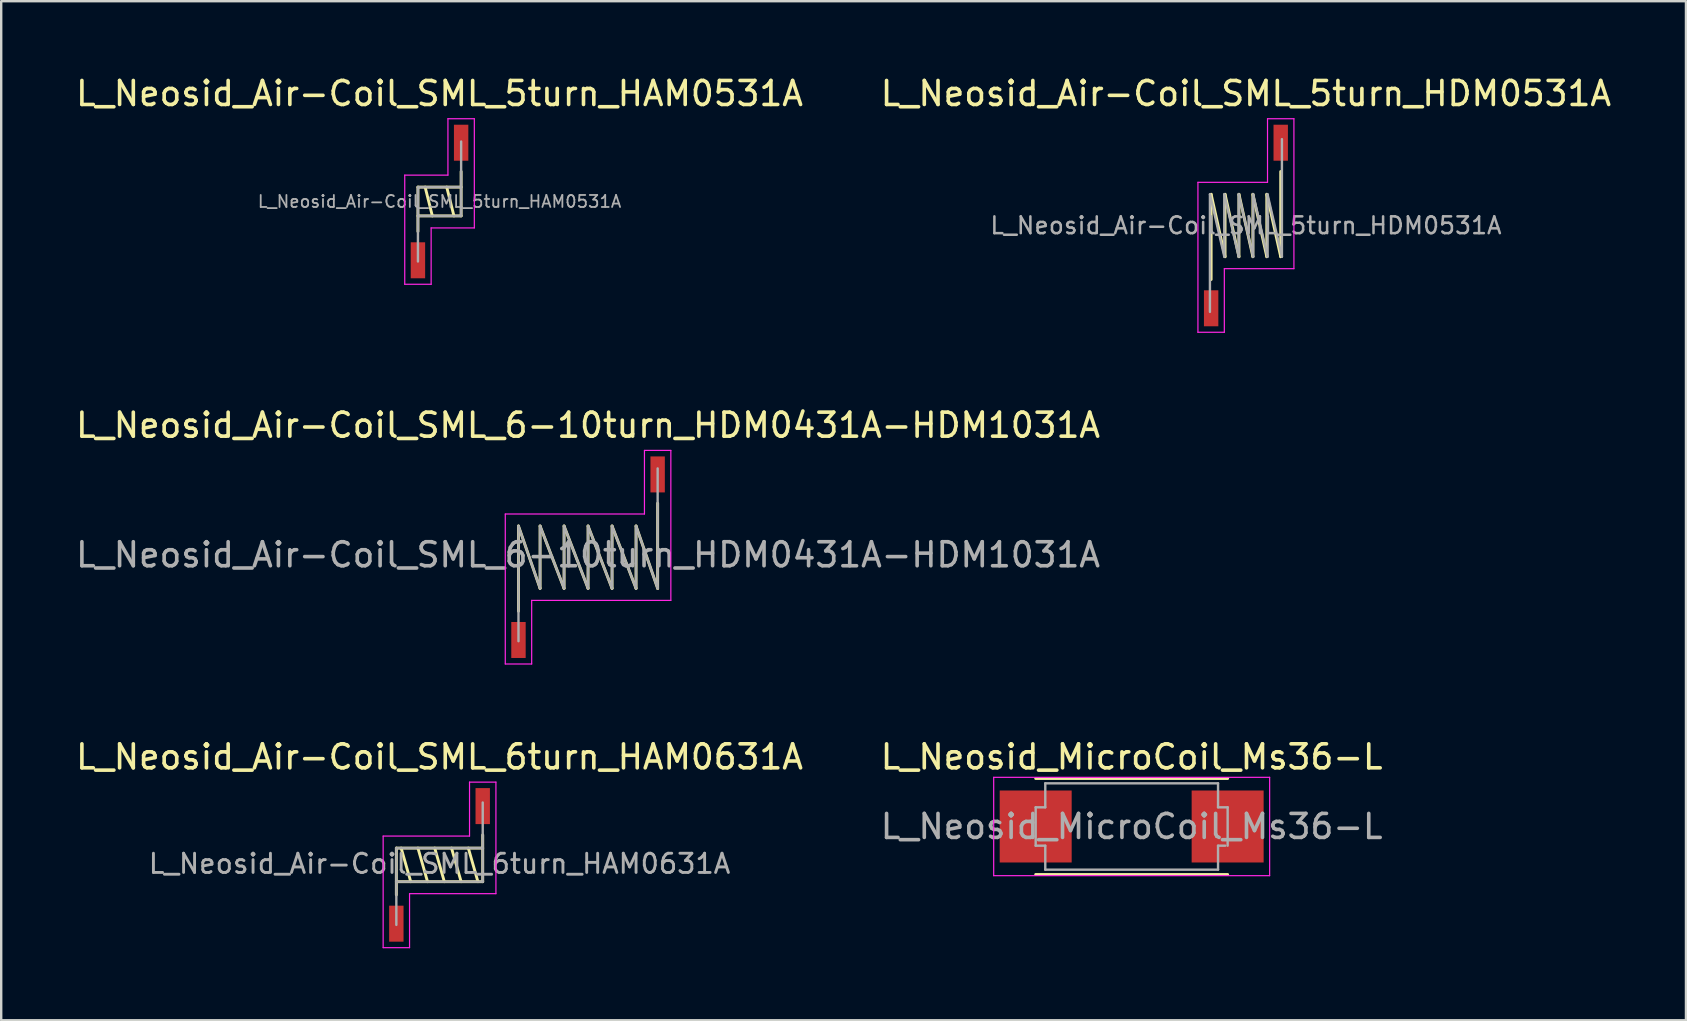
<source format=kicad_pcb>
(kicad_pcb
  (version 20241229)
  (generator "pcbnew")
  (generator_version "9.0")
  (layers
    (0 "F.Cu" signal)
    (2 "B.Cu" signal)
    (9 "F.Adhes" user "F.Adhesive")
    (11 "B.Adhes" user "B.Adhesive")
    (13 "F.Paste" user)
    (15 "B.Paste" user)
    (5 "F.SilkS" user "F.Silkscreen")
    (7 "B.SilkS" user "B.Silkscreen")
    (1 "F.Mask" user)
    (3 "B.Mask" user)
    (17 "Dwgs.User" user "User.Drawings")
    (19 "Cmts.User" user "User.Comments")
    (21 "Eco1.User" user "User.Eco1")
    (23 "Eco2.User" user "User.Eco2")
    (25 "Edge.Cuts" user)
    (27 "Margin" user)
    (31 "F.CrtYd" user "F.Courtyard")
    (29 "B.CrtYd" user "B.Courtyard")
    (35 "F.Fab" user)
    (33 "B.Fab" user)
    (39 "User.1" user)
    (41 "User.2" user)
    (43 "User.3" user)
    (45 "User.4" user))
  (footprint "L_Neosid_MicroCoil_Ms36-L"
    (layer "F.Cu")
    (at 44.113 31.395)
    (property "Reference" "L_Neosid_MicroCoil_Ms36-L" (at 0 -2.9 0) (layer "F.SilkS") (effects (font (size 1 1) (thickness 0.15))))
    (attr smd)
    (fp_line (start 4 -2) (end -4 -2) (stroke (width 0.12) (type solid)) (layer "F.SilkS"))
    (fp_line (start 4 2) (end -4 2) (stroke (width 0.12) (type solid)) (layer "F.SilkS"))
    (fp_line (start -5.75 -2.05) (end -5.75 2.05) (stroke (width 0.05) (type solid)) (layer "F.CrtYd"))
    (fp_line (start -5.75 -2.05) (end 5.75 -2.05) (stroke (width 0.05) (type solid)) (layer "F.CrtYd"))
    (fp_line (start 5.75 2.05) (end -5.75 2.05) (stroke (width 0.05) (type solid)) (layer "F.CrtYd"))
    (fp_line (start 5.75 2.05) (end 5.75 -2.05) (stroke (width 0.05) (type solid)) (layer "F.CrtYd"))
    (fp_line (start -4 -0.8) (end -3.6 -0.8) (stroke (width 0.1) (type solid)) (layer "F.Fab"))
    (fp_line (start -4 0.8) (end -4 -0.8) (stroke (width 0.1) (type solid)) (layer "F.Fab"))
    (fp_line (start -4 0.8) (end -3.6 0.8) (stroke (width 0.1) (type solid)) (layer "F.Fab"))
    (fp_line (start -3.6 -1.8) (end 3.6 -1.8) (stroke (width 0.1) (type solid)) (layer "F.Fab"))
    (fp_line (start -3.6 -0.8) (end -3.6 -1.8) (stroke (width 0.1) (type solid)) (layer "F.Fab"))
    (fp_line (start -3.6 1.8) (end -3.6 0.8) (stroke (width 0.1) (type solid)) (layer "F.Fab"))
    (fp_line (start 3.6 -0.8) (end 3.6 -1.8) (stroke (width 0.1) (type solid)) (layer "F.Fab"))
    (fp_line (start 3.6 0.8) (end 3.9 0.8) (stroke (width 0.1) (type solid)) (layer "F.Fab"))
    (fp_line (start 3.6 1.8) (end -3.6 1.8) (stroke (width 0.1) (type solid)) (layer "F.Fab"))
    (fp_line (start 3.6 1.8) (end 3.6 0.8) (stroke (width 0.1) (type solid)) (layer "F.Fab"))
    (fp_line (start 4 -0.8) (end 3.6 -0.8) (stroke (width 0.1) (type solid)) (layer "F.Fab"))
    (fp_line (start 4 -0.8) (end 4 0.8) (stroke (width 0.1) (type solid)) (layer "F.Fab"))
    (fp_text user "${REFERENCE}" (at 0 0 0) (layer "F.Fab") (effects (font (size 1 1) (thickness 0.15))))
    (pad "1" smd rect (at -4 0) (size 3 3) (layers "F.Cu" "F.Mask" "F.Paste"))
    (pad "2" smd rect (at 4 0) (size 3 3) (layers "F.Cu" "F.Mask" "F.Paste")))
  (footprint "L_Neosid_Air-Coil_SML_5turn_HAM0531A"
    (layer "F.Cu")
    (at 15.268 5.348)
    (property "Reference" "L_Neosid_Air-Coil_SML_5turn_HAM0531A" (at 0 -4.5 0) (layer "F.SilkS") (effects (font (size 1 1) (thickness 0.15))))
    (attr smd)
    (fp_line (start -0.9 -0.6) (end 0.9 -0.6) (stroke (width 0.12) (type solid)) (layer "F.SilkS"))
    (fp_line (start -0.9 1.25) (end -0.9 -0.6) (stroke (width 0.12) (type solid)) (layer "F.SilkS"))
    (fp_line (start -0.6 -0.6) (end -0.3 0.6) (stroke (width 0.12) (type solid)) (layer "F.SilkS"))
    (fp_line (start 0.3 -0.6) (end 0.6 0.6) (stroke (width 0.12) (type solid)) (layer "F.SilkS"))
    (fp_line (start 0.9 0.6) (end -0.9 0.6) (stroke (width 0.12) (type solid)) (layer "F.SilkS"))
    (fp_line (start 0.9 0.6) (end 0.9 -1.25) (stroke (width 0.12) (type solid)) (layer "F.SilkS"))
    (fp_line (start -1.45 -1.1) (end -1.45 3.45) (stroke (width 0.05) (type solid)) (layer "F.CrtYd"))
    (fp_line (start -1.45 3.45) (end -0.35 3.45) (stroke (width 0.05) (type solid)) (layer "F.CrtYd"))
    (fp_line (start -0.35 1.1) (end 1.45 1.1) (stroke (width 0.05) (type solid)) (layer "F.CrtYd"))
    (fp_line (start -0.35 3.45) (end -0.35 1.1) (stroke (width 0.05) (type solid)) (layer "F.CrtYd"))
    (fp_line (start 0.35 -3.45) (end 0.35 -1.1) (stroke (width 0.05) (type solid)) (layer "F.CrtYd"))
    (fp_line (start 0.35 -1.1) (end -1.45 -1.1) (stroke (width 0.05) (type solid)) (layer "F.CrtYd"))
    (fp_line (start 1.45 -3.45) (end 0.35 -3.45) (stroke (width 0.05) (type solid)) (layer "F.CrtYd"))
    (fp_line (start 1.45 1.1) (end 1.45 -3.45) (stroke (width 0.05) (type solid)) (layer "F.CrtYd"))
    (fp_line (start -0.9 -0.6) (end 0.9 -0.6) (stroke (width 0.1) (type solid)) (layer "F.Fab"))
    (fp_line (start -0.9 2.5) (end -0.9 -0.6) (stroke (width 0.1) (type solid)) (layer "F.Fab"))
    (fp_line (start 0.9 -2.5) (end 0.9 0.6) (stroke (width 0.1) (type solid)) (layer "F.Fab"))
    (fp_line (start 0.9 0.6) (end -0.9 0.6) (stroke (width 0.1) (type solid)) (layer "F.Fab"))
    (fp_text user "${REFERENCE}" (at 0 0 0) (layer "F.Fab") (effects (font (size 0.5 0.5) (thickness 0.075))))
    (pad "1" smd rect (at -0.9 2.45) (size 0.6 1.5) (layers "F.Cu" "F.Mask" "F.Paste"))
    (pad "2" smd rect (at 0.9 -2.45) (size 0.6 1.5) (layers "F.Cu" "F.Mask" "F.Paste")))
  (footprint "L_Neosid_Air-Coil_SML_6turn_HAM0631A"
    (layer "F.Cu")
    (at 15.268 32.995)
    (property "Reference" "L_Neosid_Air-Coil_SML_6turn_HAM0631A" (at 0 -4.5 0) (layer "F.SilkS") (effects (font (size 1 1) (thickness 0.15))))
    (attr smd)
    (fp_line (start -1.8 -0.7) (end -1.8 1.25) (stroke (width 0.12) (type solid)) (layer "F.SilkS"))
    (fp_line (start -1.8 -0.7) (end 1.8 -0.7) (stroke (width 0.12) (type solid)) (layer "F.SilkS"))
    (fp_line (start -1.6 -0.7) (end -1.2 0.7) (stroke (width 0.12) (type solid)) (layer "F.SilkS"))
    (fp_line (start -0.9 -0.7) (end -0.5 0.7) (stroke (width 0.12) (type solid)) (layer "F.SilkS"))
    (fp_line (start -0.2 -0.7) (end 0.2 0.7) (stroke (width 0.12) (type solid)) (layer "F.SilkS"))
    (fp_line (start 0.5 -0.7) (end 0.9 0.7) (stroke (width 0.12) (type solid)) (layer "F.SilkS"))
    (fp_line (start 1.2 -0.7) (end 1.6 0.7) (stroke (width 0.12) (type solid)) (layer "F.SilkS"))
    (fp_line (start 1.8 0.7) (end -1.8 0.7) (stroke (width 0.12) (type solid)) (layer "F.SilkS"))
    (fp_line (start 1.8 0.7) (end 1.8 -1.25) (stroke (width 0.12) (type solid)) (layer "F.SilkS"))
    (fp_line (start -2.35 -1.2) (end -2.35 3.45) (stroke (width 0.05) (type solid)) (layer "F.CrtYd"))
    (fp_line (start -2.35 3.45) (end -1.25 3.45) (stroke (width 0.05) (type solid)) (layer "F.CrtYd"))
    (fp_line (start -1.25 1.2) (end 2.35 1.2) (stroke (width 0.05) (type solid)) (layer "F.CrtYd"))
    (fp_line (start -1.25 3.45) (end -1.25 1.2) (stroke (width 0.05) (type solid)) (layer "F.CrtYd"))
    (fp_line (start 1.25 -3.45) (end 1.25 -1.2) (stroke (width 0.05) (type solid)) (layer "F.CrtYd"))
    (fp_line (start 1.25 -1.2) (end -2.35 -1.2) (stroke (width 0.05) (type solid)) (layer "F.CrtYd"))
    (fp_line (start 2.35 -3.45) (end 1.25 -3.45) (stroke (width 0.05) (type solid)) (layer "F.CrtYd"))
    (fp_line (start 2.35 1.2) (end 2.35 -3.45) (stroke (width 0.05) (type solid)) (layer "F.CrtYd"))
    (fp_line (start -1.8 -0.7) (end 1.8 -0.7) (stroke (width 0.1) (type solid)) (layer "F.Fab"))
    (fp_line (start -1.8 0.7) (end 1.8 0.7) (stroke (width 0.1) (type solid)) (layer "F.Fab"))
    (fp_line (start -1.8 2.5) (end -1.8 -0.7) (stroke (width 0.1) (type solid)) (layer "F.Fab"))
    (fp_line (start 1.8 0.7) (end 1.8 -2.6) (stroke (width 0.1) (type solid)) (layer "F.Fab"))
    (fp_text user "${REFERENCE}" (at 0 -0.05 0) (layer "F.Fab") (effects (font (size 0.8 0.8) (thickness 0.12))))
    (pad "1" smd rect (at -1.8 2.45) (size 0.6 1.5) (layers "F.Cu" "F.Mask" "F.Paste"))
    (pad "2" smd rect (at 1.8 -2.45) (size 0.6 1.5) (layers "F.Cu" "F.Mask" "F.Paste")))
  (footprint "L_Neosid_Air-Coil_SML_6-10turn_HDM0431A-HDM1031A"
    (layer "F.Cu")
    (at 21.458 20.172)
    (property "Reference" "L_Neosid_Air-Coil_SML_6-10turn_HDM0431A-HDM1031A" (at 0 -5.5 0) (layer "F.SilkS") (effects (font (size 1 1) (thickness 0.15))))
    (attr smd)
    (fp_line (start -2.9 -1.3) (end -2.9 2.25) (stroke (width 0.12) (type solid)) (layer "F.SilkS"))
    (fp_line (start -2.9 -1.3) (end -2 1.3) (stroke (width 0.12) (type solid)) (layer "F.SilkS"))
    (fp_line (start -2 -1.3) (end -2 1.3) (stroke (width 0.12) (type solid)) (layer "F.SilkS"))
    (fp_line (start -2 -1.3) (end -1 1.3) (stroke (width 0.12) (type solid)) (layer "F.SilkS"))
    (fp_line (start -1 -1.3) (end -1 1.3) (stroke (width 0.12) (type solid)) (layer "F.SilkS"))
    (fp_line (start -1 -1.3) (end 0 1.3) (stroke (width 0.12) (type solid)) (layer "F.SilkS"))
    (fp_line (start 0 -1.3) (end 0 1.3) (stroke (width 0.12) (type solid)) (layer "F.SilkS"))
    (fp_line (start 0 -1.3) (end 1 1.3) (stroke (width 0.12) (type solid)) (layer "F.SilkS"))
    (fp_line (start 1 -1.3) (end 1 1.3) (stroke (width 0.12) (type solid)) (layer "F.SilkS"))
    (fp_line (start 1 -1.3) (end 2 1.3) (stroke (width 0.12) (type solid)) (layer "F.SilkS"))
    (fp_line (start 2 -1.3) (end 2 1.3) (stroke (width 0.12) (type solid)) (layer "F.SilkS"))
    (fp_line (start 2 -1.3) (end 2.9 1.3) (stroke (width 0.12) (type solid)) (layer "F.SilkS"))
    (fp_line (start 2.9 1.3) (end 2.9 -2.25) (stroke (width 0.12) (type solid)) (layer "F.SilkS"))
    (fp_line (start -3.45 -1.8) (end -3.45 4.45) (stroke (width 0.05) (type solid)) (layer "F.CrtYd"))
    (fp_line (start -3.45 4.45) (end -2.35 4.45) (stroke (width 0.05) (type solid)) (layer "F.CrtYd"))
    (fp_line (start -2.35 1.8) (end 3.45 1.8) (stroke (width 0.05) (type solid)) (layer "F.CrtYd"))
    (fp_line (start -2.35 4.45) (end -2.35 1.8) (stroke (width 0.05) (type solid)) (layer "F.CrtYd"))
    (fp_line (start 2.35 -4.45) (end 2.35 -1.8) (stroke (width 0.05) (type solid)) (layer "F.CrtYd"))
    (fp_line (start 2.35 -1.8) (end -3.45 -1.8) (stroke (width 0.05) (type solid)) (layer "F.CrtYd"))
    (fp_line (start 3.45 -4.45) (end 2.35 -4.45) (stroke (width 0.05) (type solid)) (layer "F.CrtYd"))
    (fp_line (start 3.45 1.8) (end 3.45 -4.45) (stroke (width 0.05) (type solid)) (layer "F.CrtYd"))
    (fp_line (start -2.9 -1.3) (end -2 1.3) (stroke (width 0.1) (type solid)) (layer "F.Fab"))
    (fp_line (start -2.9 3.5) (end -2.9 -1.3) (stroke (width 0.1) (type solid)) (layer "F.Fab"))
    (fp_line (start -2 -1.3) (end -1 1.3) (stroke (width 0.1) (type solid)) (layer "F.Fab"))
    (fp_line (start -2 1.3) (end -2 -1.3) (stroke (width 0.1) (type solid)) (layer "F.Fab"))
    (fp_line (start -1 -1.3) (end 0 1.3) (stroke (width 0.1) (type solid)) (layer "F.Fab"))
    (fp_line (start -1 1.3) (end -1 -1.3) (stroke (width 0.1) (type solid)) (layer "F.Fab"))
    (fp_line (start 0 -1.3) (end 1 1.3) (stroke (width 0.1) (type solid)) (layer "F.Fab"))
    (fp_line (start 0 1.3) (end 0 -1.3) (stroke (width 0.1) (type solid)) (layer "F.Fab"))
    (fp_line (start 1 -1.3) (end 2 1.3) (stroke (width 0.1) (type solid)) (layer "F.Fab"))
    (fp_line (start 1 1.3) (end 1 -1.3) (stroke (width 0.1) (type solid)) (layer "F.Fab"))
    (fp_line (start 2 -1.3) (end 2.9 1.3) (stroke (width 0.1) (type solid)) (layer "F.Fab"))
    (fp_line (start 2 1.3) (end 2 -1.3) (stroke (width 0.1) (type solid)) (layer "F.Fab"))
    (fp_line (start 2.9 1.3) (end 2.9 -3.7) (stroke (width 0.1) (type solid)) (layer "F.Fab"))
    (fp_text user "${REFERENCE}" (at 0 -0.1 0) (layer "F.Fab") (effects (font (size 1 1) (thickness 0.15))))
    (pad "1" smd rect (at -2.9 3.45) (size 0.6 1.5) (layers "F.Cu" "F.Mask" "F.Paste"))
    (pad "2" smd rect (at 2.9 -3.45) (size 0.6 1.5) (layers "F.Cu" "F.Mask" "F.Paste")))
  (footprint "L_Neosid_Air-Coil_SML_5turn_HDM0531A"
    (layer "F.Cu")
    (at 48.875 6.348)
    (property "Reference" "L_Neosid_Air-Coil_SML_5turn_HDM0531A" (at 0 -5.5 0) (layer "F.SilkS") (effects (font (size 1 1) (thickness 0.15))))
    (attr smd)
    (fp_line (start -1.45 -1.3) (end -1.45 2.25) (stroke (width 0.12) (type solid)) (layer "F.SilkS"))
    (fp_line (start -1.45 -1.3) (end -0.87 1.3) (stroke (width 0.12) (type solid)) (layer "F.SilkS"))
    (fp_line (start -0.87 -1.3) (end -0.87 1.3) (stroke (width 0.12) (type solid)) (layer "F.SilkS"))
    (fp_line (start -0.87 -1.3) (end -0.29 1.3) (stroke (width 0.12) (type solid)) (layer "F.SilkS"))
    (fp_line (start -0.29 -1.3) (end -0.29 1.3) (stroke (width 0.12) (type solid)) (layer "F.SilkS"))
    (fp_line (start -0.29 -1.3) (end 0.29 1.3) (stroke (width 0.12) (type solid)) (layer "F.SilkS"))
    (fp_line (start 0.29 -1.3) (end 0.29 1.3) (stroke (width 0.12) (type solid)) (layer "F.SilkS"))
    (fp_line (start 0.29 -1.3) (end 0.87 1.3) (stroke (width 0.12) (type solid)) (layer "F.SilkS"))
    (fp_line (start 0.87 -1.3) (end 0.87 1.3) (stroke (width 0.12) (type solid)) (layer "F.SilkS"))
    (fp_line (start 0.87 -1.3) (end 1.45 1.3) (stroke (width 0.12) (type solid)) (layer "F.SilkS"))
    (fp_line (start 1.45 1.3) (end 1.45 -2.25) (stroke (width 0.12) (type solid)) (layer "F.SilkS"))
    (fp_line (start -2 -1.8) (end -2 4.45) (stroke (width 0.05) (type solid)) (layer "F.CrtYd"))
    (fp_line (start -2 4.45) (end -0.9 4.45) (stroke (width 0.05) (type solid)) (layer "F.CrtYd"))
    (fp_line (start -0.9 1.8) (end 2 1.8) (stroke (width 0.05) (type solid)) (layer "F.CrtYd"))
    (fp_line (start -0.9 4.45) (end -0.9 1.8) (stroke (width 0.05) (type solid)) (layer "F.CrtYd"))
    (fp_line (start 0.9 -4.45) (end 0.9 -1.8) (stroke (width 0.05) (type solid)) (layer "F.CrtYd"))
    (fp_line (start 0.9 -1.8) (end -2 -1.8) (stroke (width 0.05) (type solid)) (layer "F.CrtYd"))
    (fp_line (start 2 -4.45) (end 0.9 -4.45) (stroke (width 0.05) (type solid)) (layer "F.CrtYd"))
    (fp_line (start 2 1.8) (end 2 -4.45) (stroke (width 0.05) (type solid)) (layer "F.CrtYd"))
    (fp_line (start -1.5 -1.3) (end -0.9 1.3) (stroke (width 0.1) (type solid)) (layer "F.Fab"))
    (fp_line (start -1.5 3.6) (end -1.5 -1.3) (stroke (width 0.1) (type solid)) (layer "F.Fab"))
    (fp_line (start -0.9 -1.3) (end -0.3 1.3) (stroke (width 0.1) (type solid)) (layer "F.Fab"))
    (fp_line (start -0.9 1.3) (end -0.9 -1.3) (stroke (width 0.1) (type solid)) (layer "F.Fab"))
    (fp_line (start -0.3 -1.3) (end 0.3 1.3) (stroke (width 0.1) (type solid)) (layer "F.Fab"))
    (fp_line (start -0.3 1.3) (end -0.3 -1.3) (stroke (width 0.1) (type solid)) (layer "F.Fab"))
    (fp_line (start 0.3 -1.3) (end 0.9 1.3) (stroke (width 0.1) (type solid)) (layer "F.Fab"))
    (fp_line (start 0.3 1.3) (end 0.3 -1.3) (stroke (width 0.1) (type solid)) (layer "F.Fab"))
    (fp_line (start 0.9 -1.3) (end 1.5 1.3) (stroke (width 0.1) (type solid)) (layer "F.Fab"))
    (fp_line (start 0.9 1.3) (end 0.9 -1.3) (stroke (width 0.1) (type solid)) (layer "F.Fab"))
    (fp_line (start 1.5 1.3) (end 1.5 -3.6) (stroke (width 0.1) (type solid)) (layer "F.Fab"))
    (fp_text user "${REFERENCE}" (at 0 0 0) (layer "F.Fab") (effects (font (size 0.7 0.7) (thickness 0.105))))
    (pad "1" smd rect (at -1.45 3.45) (size 0.6 1.5) (layers "F.Cu" "F.Mask" "F.Paste"))
    (pad "2" smd rect (at 1.45 -3.45) (size 0.6 1.5) (layers "F.Cu" "F.Mask" "F.Paste")))
  (gr_rect
    (start -3 -3)
    (end 67.214 39.47)
    (stroke (width 0.1) (type default))
    (fill no)
    (layer "Edge.Cuts")))
</source>
